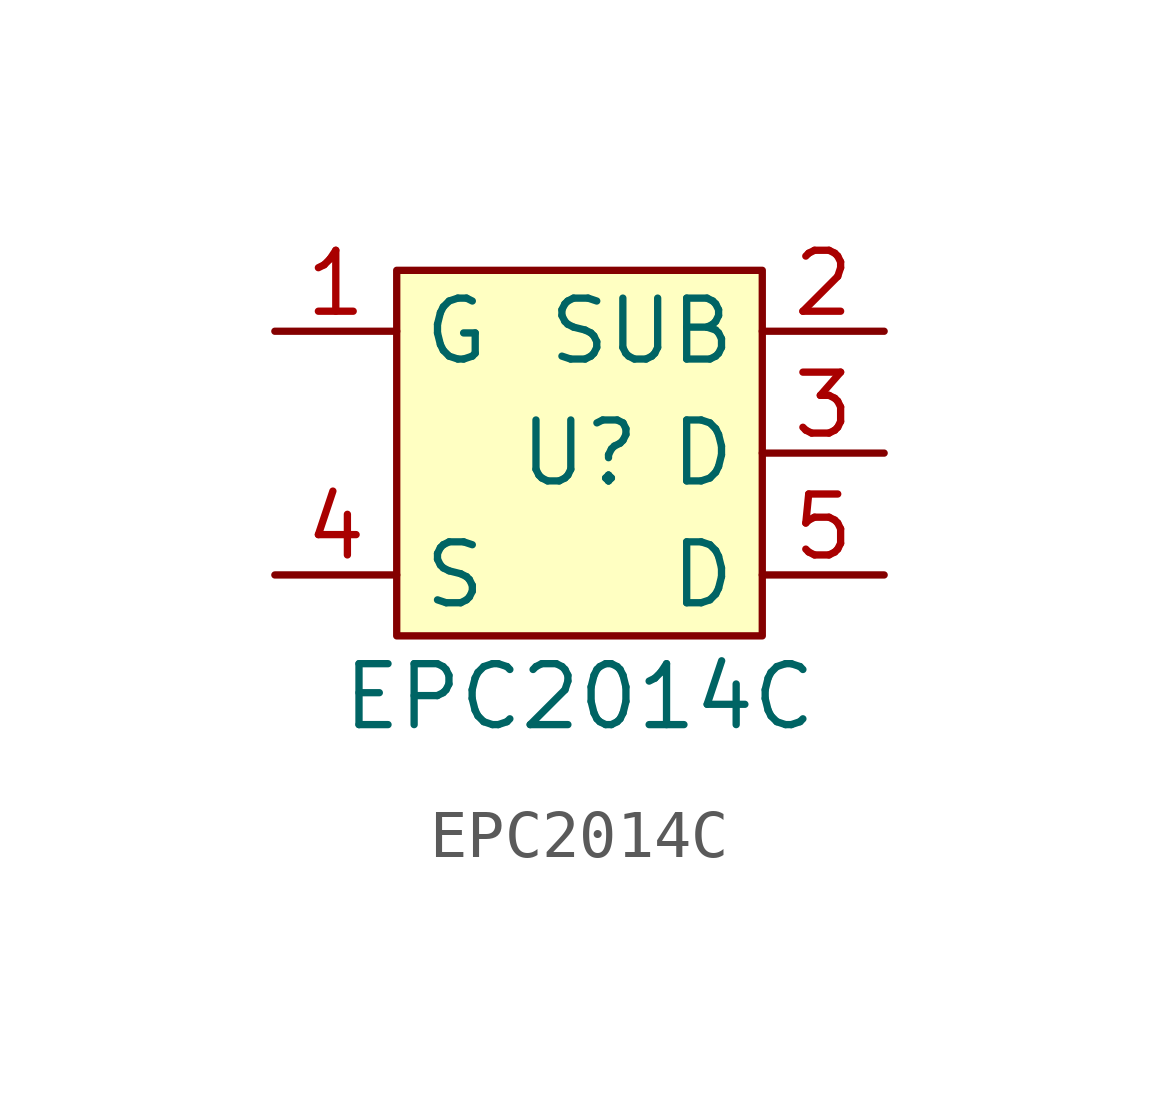
<source format=kicad_sym>
(kicad_symbol_lib
  (version 20211014)
  (generator kicad_symbol_editor)
  (symbol "EPC2014C"
    (property "Reference" "U"
      (at 0 0 0)
      (effects (font (size 1.27 1.27))))
    (property "Value" "EPC2014C"
      (at 0 -5.08 0)
      (effects (font (size 1.27 1.27))))
    (symbol "EPC2014C_0_1"
      (rectangle (start -3.81 3.81) (end 3.81 -3.81) (stroke (width 0) (type default) (color 0 0 0 0)) (fill (type background))))
    (symbol "EPC2014C_1_1"
      (pin bidirectional line (at -6.35 2.54 0) (length 2.54) (name "G" (effects (font (size 1.27 1.27)))) (number "1" (effects (font (size 1.27 1.27)))))
      (pin bidirectional line (at 6.35 2.54 180) (length 2.54) (name "SUB" (effects (font (size 1.27 1.27)))) (number "2" (effects (font (size 1.27 1.27)))))
      (pin bidirectional line (at 6.35 0 180) (length 2.54) (name "D" (effects (font (size 1.27 1.27)))) (number "3" (effects (font (size 1.27 1.27)))))
      (pin bidirectional line (at -6.35 -2.54 0) (length 2.54) (name "S" (effects (font (size 1.27 1.27)))) (number "4" (effects (font (size 1.27 1.27)))))
      (pin bidirectional line (at 6.35 -2.54 180) (length 2.54) (name "D" (effects (font (size 1.27 1.27)))) (number "5" (effects (font (size 1.27 1.27))))))))
</source>
